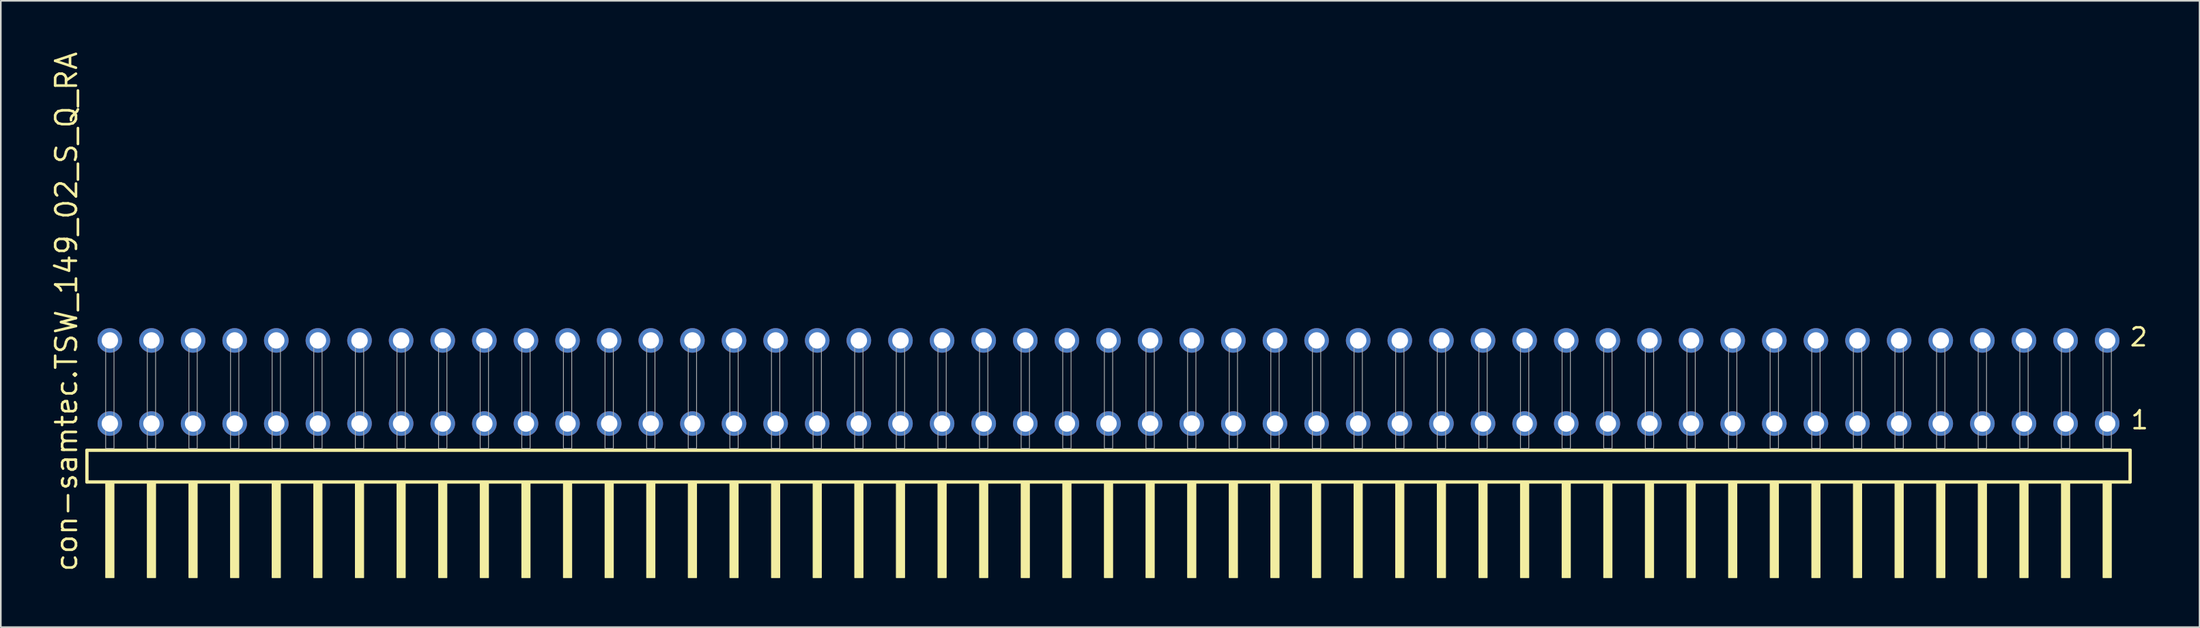
<source format=kicad_pcb>
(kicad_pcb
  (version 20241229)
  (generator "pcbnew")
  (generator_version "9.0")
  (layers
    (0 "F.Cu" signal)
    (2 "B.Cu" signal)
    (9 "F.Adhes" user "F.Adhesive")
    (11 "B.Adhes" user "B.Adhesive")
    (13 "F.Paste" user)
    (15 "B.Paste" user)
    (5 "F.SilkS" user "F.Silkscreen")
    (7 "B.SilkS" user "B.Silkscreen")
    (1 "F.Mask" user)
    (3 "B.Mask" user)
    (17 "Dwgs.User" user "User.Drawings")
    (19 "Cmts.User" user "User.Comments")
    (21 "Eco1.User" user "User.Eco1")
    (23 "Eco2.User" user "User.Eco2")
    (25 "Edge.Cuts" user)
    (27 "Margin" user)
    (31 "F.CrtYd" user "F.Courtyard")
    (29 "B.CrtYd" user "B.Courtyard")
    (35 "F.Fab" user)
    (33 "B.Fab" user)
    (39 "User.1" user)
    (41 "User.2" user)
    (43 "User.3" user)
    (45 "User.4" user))
  (footprint "con-samtec.TSW_149_02_S_Q_RA"
    (layer "F.Cu")
    (at 64.615 24.356)
    (property "Reference" "con-samtec.TSW_149_02_S_Q_RA" (at -62.865 7.62 90) (layer "F.SilkS") (effects (font (size 1.27 1.27) (thickness 0.16)) (justify left bottom)))
    (attr through_hole)
    (fp_line (start -62.359 0.106) (end -62.359 2.046) (stroke (width 0.203) (type default)) (layer "F.SilkS"))
    (fp_line (start -62.359 2.046) (end 62.359 2.046) (stroke (width 0.203) (type default)) (layer "F.SilkS"))
    (fp_line (start 62.359 0.106) (end -62.359 0.106) (stroke (width 0.203) (type default)) (layer "F.SilkS"))
    (fp_line (start 62.359 2.046) (end 62.359 0.106) (stroke (width 0.203) (type default)) (layer "F.SilkS"))
    (fp_rect (start -61.214 7.89) (end -60.706 2.04) (stroke (width 0.05) (type default)) (fill yes) (layer "F.SilkS"))
    (fp_rect (start -58.674 7.89) (end -58.166 2.04) (stroke (width 0.05) (type default)) (fill yes) (layer "F.SilkS"))
    (fp_rect (start -56.134 7.89) (end -55.626 2.04) (stroke (width 0.05) (type default)) (fill yes) (layer "F.SilkS"))
    (fp_rect (start -53.594 7.89) (end -53.086 2.04) (stroke (width 0.05) (type default)) (fill yes) (layer "F.SilkS"))
    (fp_rect (start -51.054 7.89) (end -50.546 2.04) (stroke (width 0.05) (type default)) (fill yes) (layer "F.SilkS"))
    (fp_rect (start -48.514 7.89) (end -48.006 2.04) (stroke (width 0.05) (type default)) (fill yes) (layer "F.SilkS"))
    (fp_rect (start -45.974 7.89) (end -45.466 2.04) (stroke (width 0.05) (type default)) (fill yes) (layer "F.SilkS"))
    (fp_rect (start -43.434 7.89) (end -42.926 2.04) (stroke (width 0.05) (type default)) (fill yes) (layer "F.SilkS"))
    (fp_rect (start -40.894 7.89) (end -40.386 2.04) (stroke (width 0.05) (type default)) (fill yes) (layer "F.SilkS"))
    (fp_rect (start -38.354 7.89) (end -37.846 2.04) (stroke (width 0.05) (type default)) (fill yes) (layer "F.SilkS"))
    (fp_rect (start -35.814 7.89) (end -35.306 2.04) (stroke (width 0.05) (type default)) (fill yes) (layer "F.SilkS"))
    (fp_rect (start -33.274 7.89) (end -32.766 2.04) (stroke (width 0.05) (type default)) (fill yes) (layer "F.SilkS"))
    (fp_rect (start -30.734 7.89) (end -30.226 2.04) (stroke (width 0.05) (type default)) (fill yes) (layer "F.SilkS"))
    (fp_rect (start -28.194 7.89) (end -27.686 2.04) (stroke (width 0.05) (type default)) (fill yes) (layer "F.SilkS"))
    (fp_rect (start -25.654 7.89) (end -25.146 2.04) (stroke (width 0.05) (type default)) (fill yes) (layer "F.SilkS"))
    (fp_rect (start -23.114 7.89) (end -22.606 2.04) (stroke (width 0.05) (type default)) (fill yes) (layer "F.SilkS"))
    (fp_rect (start -20.574 7.89) (end -20.066 2.04) (stroke (width 0.05) (type default)) (fill yes) (layer "F.SilkS"))
    (fp_rect (start -18.034 7.89) (end -17.526 2.04) (stroke (width 0.05) (type default)) (fill yes) (layer "F.SilkS"))
    (fp_rect (start -15.494 7.89) (end -14.986 2.04) (stroke (width 0.05) (type default)) (fill yes) (layer "F.SilkS"))
    (fp_rect (start -12.954 7.89) (end -12.446 2.04) (stroke (width 0.05) (type default)) (fill yes) (layer "F.SilkS"))
    (fp_rect (start -10.414 7.89) (end -9.906 2.04) (stroke (width 0.05) (type default)) (fill yes) (layer "F.SilkS"))
    (fp_rect (start -7.874 7.89) (end -7.366 2.04) (stroke (width 0.05) (type default)) (fill yes) (layer "F.SilkS"))
    (fp_rect (start -5.334 7.89) (end -4.826 2.04) (stroke (width 0.05) (type default)) (fill yes) (layer "F.SilkS"))
    (fp_rect (start -2.794 7.89) (end -2.286 2.04) (stroke (width 0.05) (type default)) (fill yes) (layer "F.SilkS"))
    (fp_rect (start -0.254 7.89) (end 0.254 2.04) (stroke (width 0.05) (type default)) (fill yes) (layer "F.SilkS"))
    (fp_rect (start 2.286 7.89) (end 2.794 2.04) (stroke (width 0.05) (type default)) (fill yes) (layer "F.SilkS"))
    (fp_rect (start 4.826 7.89) (end 5.334 2.04) (stroke (width 0.05) (type default)) (fill yes) (layer "F.SilkS"))
    (fp_rect (start 7.366 7.89) (end 7.874 2.04) (stroke (width 0.05) (type default)) (fill yes) (layer "F.SilkS"))
    (fp_rect (start 9.906 7.89) (end 10.414 2.04) (stroke (width 0.05) (type default)) (fill yes) (layer "F.SilkS"))
    (fp_rect (start 12.446 7.89) (end 12.954 2.04) (stroke (width 0.05) (type default)) (fill yes) (layer "F.SilkS"))
    (fp_rect (start 14.986 7.89) (end 15.494 2.04) (stroke (width 0.05) (type default)) (fill yes) (layer "F.SilkS"))
    (fp_rect (start 17.526 7.89) (end 18.034 2.04) (stroke (width 0.05) (type default)) (fill yes) (layer "F.SilkS"))
    (fp_rect (start 20.066 7.89) (end 20.574 2.04) (stroke (width 0.05) (type default)) (fill yes) (layer "F.SilkS"))
    (fp_rect (start 22.606 7.89) (end 23.114 2.04) (stroke (width 0.05) (type default)) (fill yes) (layer "F.SilkS"))
    (fp_rect (start 25.146 7.89) (end 25.654 2.04) (stroke (width 0.05) (type default)) (fill yes) (layer "F.SilkS"))
    (fp_rect (start 27.686 7.89) (end 28.194 2.04) (stroke (width 0.05) (type default)) (fill yes) (layer "F.SilkS"))
    (fp_rect (start 30.226 7.89) (end 30.734 2.04) (stroke (width 0.05) (type default)) (fill yes) (layer "F.SilkS"))
    (fp_rect (start 32.766 7.89) (end 33.274 2.04) (stroke (width 0.05) (type default)) (fill yes) (layer "F.SilkS"))
    (fp_rect (start 35.306 7.89) (end 35.814 2.04) (stroke (width 0.05) (type default)) (fill yes) (layer "F.SilkS"))
    (fp_rect (start 37.846 7.89) (end 38.354 2.04) (stroke (width 0.05) (type default)) (fill yes) (layer "F.SilkS"))
    (fp_rect (start 40.386 7.89) (end 40.894 2.04) (stroke (width 0.05) (type default)) (fill yes) (layer "F.SilkS"))
    (fp_rect (start 42.926 7.89) (end 43.434 2.04) (stroke (width 0.05) (type default)) (fill yes) (layer "F.SilkS"))
    (fp_rect (start 45.466 7.89) (end 45.974 2.04) (stroke (width 0.05) (type default)) (fill yes) (layer "F.SilkS"))
    (fp_rect (start 48.006 7.89) (end 48.514 2.04) (stroke (width 0.05) (type default)) (fill yes) (layer "F.SilkS"))
    (fp_rect (start 50.546 7.89) (end 51.054 2.04) (stroke (width 0.05) (type default)) (fill yes) (layer "F.SilkS"))
    (fp_rect (start 53.086 7.89) (end 53.594 2.04) (stroke (width 0.05) (type default)) (fill yes) (layer "F.SilkS"))
    (fp_rect (start 55.626 7.89) (end 56.134 2.04) (stroke (width 0.05) (type default)) (fill yes) (layer "F.SilkS"))
    (fp_rect (start 58.166 7.89) (end 58.674 2.04) (stroke (width 0.05) (type default)) (fill yes) (layer "F.SilkS"))
    (fp_rect (start 60.706 7.89) (end 61.214 2.04) (stroke (width 0.05) (type default)) (fill yes) (layer "F.SilkS"))
    (fp_rect (start -61.214 0) (end -60.706 -6.858) (stroke (width 0.05) (type default)) (fill no) (layer "F.Fab"))
    (fp_rect (start -58.674 0) (end -58.166 -6.858) (stroke (width 0.05) (type default)) (fill no) (layer "F.Fab"))
    (fp_rect (start -56.134 0) (end -55.626 -6.858) (stroke (width 0.05) (type default)) (fill no) (layer "F.Fab"))
    (fp_rect (start -53.594 0) (end -53.086 -6.858) (stroke (width 0.05) (type default)) (fill no) (layer "F.Fab"))
    (fp_rect (start -51.054 0) (end -50.546 -6.858) (stroke (width 0.05) (type default)) (fill no) (layer "F.Fab"))
    (fp_rect (start -48.514 0) (end -48.006 -6.858) (stroke (width 0.05) (type default)) (fill no) (layer "F.Fab"))
    (fp_rect (start -45.974 0) (end -45.466 -6.858) (stroke (width 0.05) (type default)) (fill no) (layer "F.Fab"))
    (fp_rect (start -43.434 0) (end -42.926 -6.858) (stroke (width 0.05) (type default)) (fill no) (layer "F.Fab"))
    (fp_rect (start -40.894 0) (end -40.386 -6.858) (stroke (width 0.05) (type default)) (fill no) (layer "F.Fab"))
    (fp_rect (start -38.354 0) (end -37.846 -6.858) (stroke (width 0.05) (type default)) (fill no) (layer "F.Fab"))
    (fp_rect (start -35.814 0) (end -35.306 -6.858) (stroke (width 0.05) (type default)) (fill no) (layer "F.Fab"))
    (fp_rect (start -33.274 0) (end -32.766 -6.858) (stroke (width 0.05) (type default)) (fill no) (layer "F.Fab"))
    (fp_rect (start -30.734 0) (end -30.226 -6.858) (stroke (width 0.05) (type default)) (fill no) (layer "F.Fab"))
    (fp_rect (start -28.194 0) (end -27.686 -6.858) (stroke (width 0.05) (type default)) (fill no) (layer "F.Fab"))
    (fp_rect (start -25.654 0) (end -25.146 -6.858) (stroke (width 0.05) (type default)) (fill no) (layer "F.Fab"))
    (fp_rect (start -23.114 0) (end -22.606 -6.858) (stroke (width 0.05) (type default)) (fill no) (layer "F.Fab"))
    (fp_rect (start -20.574 0) (end -20.066 -6.858) (stroke (width 0.05) (type default)) (fill no) (layer "F.Fab"))
    (fp_rect (start -18.034 0) (end -17.526 -6.858) (stroke (width 0.05) (type default)) (fill no) (layer "F.Fab"))
    (fp_rect (start -15.494 0) (end -14.986 -6.858) (stroke (width 0.05) (type default)) (fill no) (layer "F.Fab"))
    (fp_rect (start -12.954 0) (end -12.446 -6.858) (stroke (width 0.05) (type default)) (fill no) (layer "F.Fab"))
    (fp_rect (start -10.414 0) (end -9.906 -6.858) (stroke (width 0.05) (type default)) (fill no) (layer "F.Fab"))
    (fp_rect (start -7.874 0) (end -7.366 -6.858) (stroke (width 0.05) (type default)) (fill no) (layer "F.Fab"))
    (fp_rect (start -5.334 0) (end -4.826 -6.858) (stroke (width 0.05) (type default)) (fill no) (layer "F.Fab"))
    (fp_rect (start -2.794 0) (end -2.286 -6.858) (stroke (width 0.05) (type default)) (fill no) (layer "F.Fab"))
    (fp_rect (start -0.254 0) (end 0.254 -6.858) (stroke (width 0.05) (type default)) (fill no) (layer "F.Fab"))
    (fp_rect (start 2.286 0) (end 2.794 -6.858) (stroke (width 0.05) (type default)) (fill no) (layer "F.Fab"))
    (fp_rect (start 4.826 0) (end 5.334 -6.858) (stroke (width 0.05) (type default)) (fill no) (layer "F.Fab"))
    (fp_rect (start 7.366 0) (end 7.874 -6.858) (stroke (width 0.05) (type default)) (fill no) (layer "F.Fab"))
    (fp_rect (start 9.906 0) (end 10.414 -6.858) (stroke (width 0.05) (type default)) (fill no) (layer "F.Fab"))
    (fp_rect (start 12.446 0) (end 12.954 -6.858) (stroke (width 0.05) (type default)) (fill no) (layer "F.Fab"))
    (fp_rect (start 14.986 0) (end 15.494 -6.858) (stroke (width 0.05) (type default)) (fill no) (layer "F.Fab"))
    (fp_rect (start 17.526 0) (end 18.034 -6.858) (stroke (width 0.05) (type default)) (fill no) (layer "F.Fab"))
    (fp_rect (start 20.066 0) (end 20.574 -6.858) (stroke (width 0.05) (type default)) (fill no) (layer "F.Fab"))
    (fp_rect (start 22.606 0) (end 23.114 -6.858) (stroke (width 0.05) (type default)) (fill no) (layer "F.Fab"))
    (fp_rect (start 25.146 0) (end 25.654 -6.858) (stroke (width 0.05) (type default)) (fill no) (layer "F.Fab"))
    (fp_rect (start 27.686 0) (end 28.194 -6.858) (stroke (width 0.05) (type default)) (fill no) (layer "F.Fab"))
    (fp_rect (start 30.226 0) (end 30.734 -6.858) (stroke (width 0.05) (type default)) (fill no) (layer "F.Fab"))
    (fp_rect (start 32.766 0) (end 33.274 -6.858) (stroke (width 0.05) (type default)) (fill no) (layer "F.Fab"))
    (fp_rect (start 35.306 0) (end 35.814 -6.858) (stroke (width 0.05) (type default)) (fill no) (layer "F.Fab"))
    (fp_rect (start 37.846 0) (end 38.354 -6.858) (stroke (width 0.05) (type default)) (fill no) (layer "F.Fab"))
    (fp_rect (start 40.386 0) (end 40.894 -6.858) (stroke (width 0.05) (type default)) (fill no) (layer "F.Fab"))
    (fp_rect (start 42.926 0) (end 43.434 -6.858) (stroke (width 0.05) (type default)) (fill no) (layer "F.Fab"))
    (fp_rect (start 45.466 0) (end 45.974 -6.858) (stroke (width 0.05) (type default)) (fill no) (layer "F.Fab"))
    (fp_rect (start 48.006 0) (end 48.514 -6.858) (stroke (width 0.05) (type default)) (fill no) (layer "F.Fab"))
    (fp_rect (start 50.546 0) (end 51.054 -6.858) (stroke (width 0.05) (type default)) (fill no) (layer "F.Fab"))
    (fp_rect (start 53.086 0) (end 53.594 -6.858) (stroke (width 0.05) (type default)) (fill no) (layer "F.Fab"))
    (fp_rect (start 55.626 0) (end 56.134 -6.858) (stroke (width 0.05) (type default)) (fill no) (layer "F.Fab"))
    (fp_rect (start 58.166 0) (end 58.674 -6.858) (stroke (width 0.05) (type default)) (fill no) (layer "F.Fab"))
    (fp_rect (start 60.706 0) (end 61.214 -6.858) (stroke (width 0.05) (type default)) (fill no) (layer "F.Fab"))
    (fp_text user "1" (at 62.32 -1.1 0) (layer "F.SilkS") (effects (font (size 1.1 1.1) (thickness 0.15)) (justify left bottom)))
    (fp_text user "2" (at 62.26 -6.165 0) (layer "F.SilkS") (effects (font (size 1.1 1.1) (thickness 0.15)) (justify left bottom)))
    (pad "1" thru_hole circle (at 60.96 -1.524 180) (size 1.5 1.5) (drill 1) (layers "*.Cu" "*.Mask"))
    (pad "2" thru_hole circle (at 60.96 -6.604 180) (size 1.5 1.5) (drill 1) (layers "*.Cu" "*.Mask"))
    (pad "3" thru_hole circle (at 58.42 -1.524 180) (size 1.5 1.5) (drill 1) (layers "*.Cu" "*.Mask"))
    (pad "4" thru_hole circle (at 58.42 -6.604 180) (size 1.5 1.5) (drill 1) (layers "*.Cu" "*.Mask"))
    (pad "5" thru_hole circle (at 55.88 -1.524 180) (size 1.5 1.5) (drill 1) (layers "*.Cu" "*.Mask"))
    (pad "6" thru_hole circle (at 55.88 -6.604 180) (size 1.5 1.5) (drill 1) (layers "*.Cu" "*.Mask"))
    (pad "7" thru_hole circle (at 53.34 -1.524 180) (size 1.5 1.5) (drill 1) (layers "*.Cu" "*.Mask"))
    (pad "8" thru_hole circle (at 53.34 -6.604 180) (size 1.5 1.5) (drill 1) (layers "*.Cu" "*.Mask"))
    (pad "9" thru_hole circle (at 50.8 -1.524 180) (size 1.5 1.5) (drill 1) (layers "*.Cu" "*.Mask"))
    (pad "10" thru_hole circle (at 50.8 -6.604 180) (size 1.5 1.5) (drill 1) (layers "*.Cu" "*.Mask"))
    (pad "11" thru_hole circle (at 48.26 -1.524 180) (size 1.5 1.5) (drill 1) (layers "*.Cu" "*.Mask"))
    (pad "12" thru_hole circle (at 48.26 -6.604 180) (size 1.5 1.5) (drill 1) (layers "*.Cu" "*.Mask"))
    (pad "13" thru_hole circle (at 45.72 -1.524 180) (size 1.5 1.5) (drill 1) (layers "*.Cu" "*.Mask"))
    (pad "14" thru_hole circle (at 45.72 -6.604 180) (size 1.5 1.5) (drill 1) (layers "*.Cu" "*.Mask"))
    (pad "15" thru_hole circle (at 43.18 -1.524 180) (size 1.5 1.5) (drill 1) (layers "*.Cu" "*.Mask"))
    (pad "16" thru_hole circle (at 43.18 -6.604 180) (size 1.5 1.5) (drill 1) (layers "*.Cu" "*.Mask"))
    (pad "17" thru_hole circle (at 40.64 -1.524 180) (size 1.5 1.5) (drill 1) (layers "*.Cu" "*.Mask"))
    (pad "18" thru_hole circle (at 40.64 -6.604 180) (size 1.5 1.5) (drill 1) (layers "*.Cu" "*.Mask"))
    (pad "19" thru_hole circle (at 38.1 -1.524 180) (size 1.5 1.5) (drill 1) (layers "*.Cu" "*.Mask"))
    (pad "20" thru_hole circle (at 38.1 -6.604 180) (size 1.5 1.5) (drill 1) (layers "*.Cu" "*.Mask"))
    (pad "21" thru_hole circle (at 35.56 -1.524 180) (size 1.5 1.5) (drill 1) (layers "*.Cu" "*.Mask"))
    (pad "22" thru_hole circle (at 35.56 -6.604 180) (size 1.5 1.5) (drill 1) (layers "*.Cu" "*.Mask"))
    (pad "23" thru_hole circle (at 33.02 -1.524 180) (size 1.5 1.5) (drill 1) (layers "*.Cu" "*.Mask"))
    (pad "24" thru_hole circle (at 33.02 -6.604 180) (size 1.5 1.5) (drill 1) (layers "*.Cu" "*.Mask"))
    (pad "25" thru_hole circle (at 30.48 -1.524 180) (size 1.5 1.5) (drill 1) (layers "*.Cu" "*.Mask"))
    (pad "26" thru_hole circle (at 30.48 -6.604 180) (size 1.5 1.5) (drill 1) (layers "*.Cu" "*.Mask"))
    (pad "27" thru_hole circle (at 27.94 -1.524 180) (size 1.5 1.5) (drill 1) (layers "*.Cu" "*.Mask"))
    (pad "28" thru_hole circle (at 27.94 -6.604 180) (size 1.5 1.5) (drill 1) (layers "*.Cu" "*.Mask"))
    (pad "29" thru_hole circle (at 25.4 -1.524 180) (size 1.5 1.5) (drill 1) (layers "*.Cu" "*.Mask"))
    (pad "30" thru_hole circle (at 25.4 -6.604 180) (size 1.5 1.5) (drill 1) (layers "*.Cu" "*.Mask"))
    (pad "31" thru_hole circle (at 22.86 -1.524 180) (size 1.5 1.5) (drill 1) (layers "*.Cu" "*.Mask"))
    (pad "32" thru_hole circle (at 22.86 -6.604 180) (size 1.5 1.5) (drill 1) (layers "*.Cu" "*.Mask"))
    (pad "33" thru_hole circle (at 20.32 -1.524 180) (size 1.5 1.5) (drill 1) (layers "*.Cu" "*.Mask"))
    (pad "34" thru_hole circle (at 20.32 -6.604 180) (size 1.5 1.5) (drill 1) (layers "*.Cu" "*.Mask"))
    (pad "35" thru_hole circle (at 17.78 -1.524 180) (size 1.5 1.5) (drill 1) (layers "*.Cu" "*.Mask"))
    (pad "36" thru_hole circle (at 17.78 -6.604 180) (size 1.5 1.5) (drill 1) (layers "*.Cu" "*.Mask"))
    (pad "37" thru_hole circle (at 15.24 -1.524 180) (size 1.5 1.5) (drill 1) (layers "*.Cu" "*.Mask"))
    (pad "38" thru_hole circle (at 15.24 -6.604 180) (size 1.5 1.5) (drill 1) (layers "*.Cu" "*.Mask"))
    (pad "39" thru_hole circle (at 12.7 -1.524 180) (size 1.5 1.5) (drill 1) (layers "*.Cu" "*.Mask"))
    (pad "40" thru_hole circle (at 12.7 -6.604 180) (size 1.5 1.5) (drill 1) (layers "*.Cu" "*.Mask"))
    (pad "41" thru_hole circle (at 10.16 -1.524 180) (size 1.5 1.5) (drill 1) (layers "*.Cu" "*.Mask"))
    (pad "42" thru_hole circle (at 10.16 -6.604 180) (size 1.5 1.5) (drill 1) (layers "*.Cu" "*.Mask"))
    (pad "43" thru_hole circle (at 7.62 -1.524 180) (size 1.5 1.5) (drill 1) (layers "*.Cu" "*.Mask"))
    (pad "44" thru_hole circle (at 7.62 -6.604 180) (size 1.5 1.5) (drill 1) (layers "*.Cu" "*.Mask"))
    (pad "45" thru_hole circle (at 5.08 -1.524 180) (size 1.5 1.5) (drill 1) (layers "*.Cu" "*.Mask"))
    (pad "46" thru_hole circle (at 5.08 -6.604 180) (size 1.5 1.5) (drill 1) (layers "*.Cu" "*.Mask"))
    (pad "47" thru_hole circle (at 2.54 -1.524 180) (size 1.5 1.5) (drill 1) (layers "*.Cu" "*.Mask"))
    (pad "48" thru_hole circle (at 2.54 -6.604 180) (size 1.5 1.5) (drill 1) (layers "*.Cu" "*.Mask"))
    (pad "49" thru_hole circle (at 0 -1.524 180) (size 1.5 1.5) (drill 1) (layers "*.Cu" "*.Mask"))
    (pad "50" thru_hole circle (at 0 -6.604 180) (size 1.5 1.5) (drill 1) (layers "*.Cu" "*.Mask"))
    (pad "51" thru_hole circle (at -2.54 -1.524 180) (size 1.5 1.5) (drill 1) (layers "*.Cu" "*.Mask"))
    (pad "52" thru_hole circle (at -2.54 -6.604 180) (size 1.5 1.5) (drill 1) (layers "*.Cu" "*.Mask"))
    (pad "53" thru_hole circle (at -5.08 -1.524 180) (size 1.5 1.5) (drill 1) (layers "*.Cu" "*.Mask"))
    (pad "54" thru_hole circle (at -5.08 -6.604 180) (size 1.5 1.5) (drill 1) (layers "*.Cu" "*.Mask"))
    (pad "55" thru_hole circle (at -7.62 -1.524 180) (size 1.5 1.5) (drill 1) (layers "*.Cu" "*.Mask"))
    (pad "56" thru_hole circle (at -7.62 -6.604 180) (size 1.5 1.5) (drill 1) (layers "*.Cu" "*.Mask"))
    (pad "57" thru_hole circle (at -10.16 -1.524 180) (size 1.5 1.5) (drill 1) (layers "*.Cu" "*.Mask"))
    (pad "58" thru_hole circle (at -10.16 -6.604 180) (size 1.5 1.5) (drill 1) (layers "*.Cu" "*.Mask"))
    (pad "59" thru_hole circle (at -12.7 -1.524 180) (size 1.5 1.5) (drill 1) (layers "*.Cu" "*.Mask"))
    (pad "60" thru_hole circle (at -12.7 -6.604 180) (size 1.5 1.5) (drill 1) (layers "*.Cu" "*.Mask"))
    (pad "61" thru_hole circle (at -15.24 -1.524 180) (size 1.5 1.5) (drill 1) (layers "*.Cu" "*.Mask"))
    (pad "62" thru_hole circle (at -15.24 -6.604 180) (size 1.5 1.5) (drill 1) (layers "*.Cu" "*.Mask"))
    (pad "63" thru_hole circle (at -17.78 -1.524 180) (size 1.5 1.5) (drill 1) (layers "*.Cu" "*.Mask"))
    (pad "64" thru_hole circle (at -17.78 -6.604 180) (size 1.5 1.5) (drill 1) (layers "*.Cu" "*.Mask"))
    (pad "65" thru_hole circle (at -20.32 -1.524 180) (size 1.5 1.5) (drill 1) (layers "*.Cu" "*.Mask"))
    (pad "66" thru_hole circle (at -20.32 -6.604 180) (size 1.5 1.5) (drill 1) (layers "*.Cu" "*.Mask"))
    (pad "67" thru_hole circle (at -22.86 -1.524 180) (size 1.5 1.5) (drill 1) (layers "*.Cu" "*.Mask"))
    (pad "68" thru_hole circle (at -22.86 -6.604 180) (size 1.5 1.5) (drill 1) (layers "*.Cu" "*.Mask"))
    (pad "69" thru_hole circle (at -25.4 -1.524 180) (size 1.5 1.5) (drill 1) (layers "*.Cu" "*.Mask"))
    (pad "70" thru_hole circle (at -25.4 -6.604 180) (size 1.5 1.5) (drill 1) (layers "*.Cu" "*.Mask"))
    (pad "71" thru_hole circle (at -27.94 -1.524 180) (size 1.5 1.5) (drill 1) (layers "*.Cu" "*.Mask"))
    (pad "72" thru_hole circle (at -27.94 -6.604 180) (size 1.5 1.5) (drill 1) (layers "*.Cu" "*.Mask"))
    (pad "73" thru_hole circle (at -30.48 -1.524 180) (size 1.5 1.5) (drill 1) (layers "*.Cu" "*.Mask"))
    (pad "74" thru_hole circle (at -30.48 -6.604 180) (size 1.5 1.5) (drill 1) (layers "*.Cu" "*.Mask"))
    (pad "75" thru_hole circle (at -33.02 -1.524 180) (size 1.5 1.5) (drill 1) (layers "*.Cu" "*.Mask"))
    (pad "76" thru_hole circle (at -33.02 -6.604 180) (size 1.5 1.5) (drill 1) (layers "*.Cu" "*.Mask"))
    (pad "77" thru_hole circle (at -35.56 -1.524 180) (size 1.5 1.5) (drill 1) (layers "*.Cu" "*.Mask"))
    (pad "78" thru_hole circle (at -35.56 -6.604 180) (size 1.5 1.5) (drill 1) (layers "*.Cu" "*.Mask"))
    (pad "79" thru_hole circle (at -38.1 -1.524 180) (size 1.5 1.5) (drill 1) (layers "*.Cu" "*.Mask"))
    (pad "80" thru_hole circle (at -38.1 -6.604 180) (size 1.5 1.5) (drill 1) (layers "*.Cu" "*.Mask"))
    (pad "81" thru_hole circle (at -40.64 -1.524 180) (size 1.5 1.5) (drill 1) (layers "*.Cu" "*.Mask"))
    (pad "82" thru_hole circle (at -40.64 -6.604 180) (size 1.5 1.5) (drill 1) (layers "*.Cu" "*.Mask"))
    (pad "83" thru_hole circle (at -43.18 -1.524 180) (size 1.5 1.5) (drill 1) (layers "*.Cu" "*.Mask"))
    (pad "84" thru_hole circle (at -43.18 -6.604 180) (size 1.5 1.5) (drill 1) (layers "*.Cu" "*.Mask"))
    (pad "85" thru_hole circle (at -45.72 -1.524 180) (size 1.5 1.5) (drill 1) (layers "*.Cu" "*.Mask"))
    (pad "86" thru_hole circle (at -45.72 -6.604 180) (size 1.5 1.5) (drill 1) (layers "*.Cu" "*.Mask"))
    (pad "87" thru_hole circle (at -48.26 -1.524 180) (size 1.5 1.5) (drill 1) (layers "*.Cu" "*.Mask"))
    (pad "88" thru_hole circle (at -48.26 -6.604 180) (size 1.5 1.5) (drill 1) (layers "*.Cu" "*.Mask"))
    (pad "89" thru_hole circle (at -50.8 -1.524 180) (size 1.5 1.5) (drill 1) (layers "*.Cu" "*.Mask"))
    (pad "90" thru_hole circle (at -50.8 -6.604 180) (size 1.5 1.5) (drill 1) (layers "*.Cu" "*.Mask"))
    (pad "91" thru_hole circle (at -53.34 -1.524 180) (size 1.5 1.5) (drill 1) (layers "*.Cu" "*.Mask"))
    (pad "92" thru_hole circle (at -53.34 -6.604 180) (size 1.5 1.5) (drill 1) (layers "*.Cu" "*.Mask"))
    (pad "93" thru_hole circle (at -55.88 -1.524 180) (size 1.5 1.5) (drill 1) (layers "*.Cu" "*.Mask"))
    (pad "94" thru_hole circle (at -55.88 -6.604 180) (size 1.5 1.5) (drill 1) (layers "*.Cu" "*.Mask"))
    (pad "95" thru_hole circle (at -58.42 -1.524 180) (size 1.5 1.5) (drill 1) (layers "*.Cu" "*.Mask"))
    (pad "96" thru_hole circle (at -58.42 -6.604 180) (size 1.5 1.5) (drill 1) (layers "*.Cu" "*.Mask"))
    (pad "97" thru_hole circle (at -60.96 -1.524 180) (size 1.5 1.5) (drill 1) (layers "*.Cu" "*.Mask"))
    (pad "98" thru_hole circle (at -60.96 -6.604 180) (size 1.5 1.5) (drill 1) (layers "*.Cu" "*.Mask")))
  (gr_rect
    (start -3 -3)
    (end 131.213 35.271)
    (stroke (width 0.1) (type default))
    (fill no)
    (layer "Edge.Cuts")))
</source>
